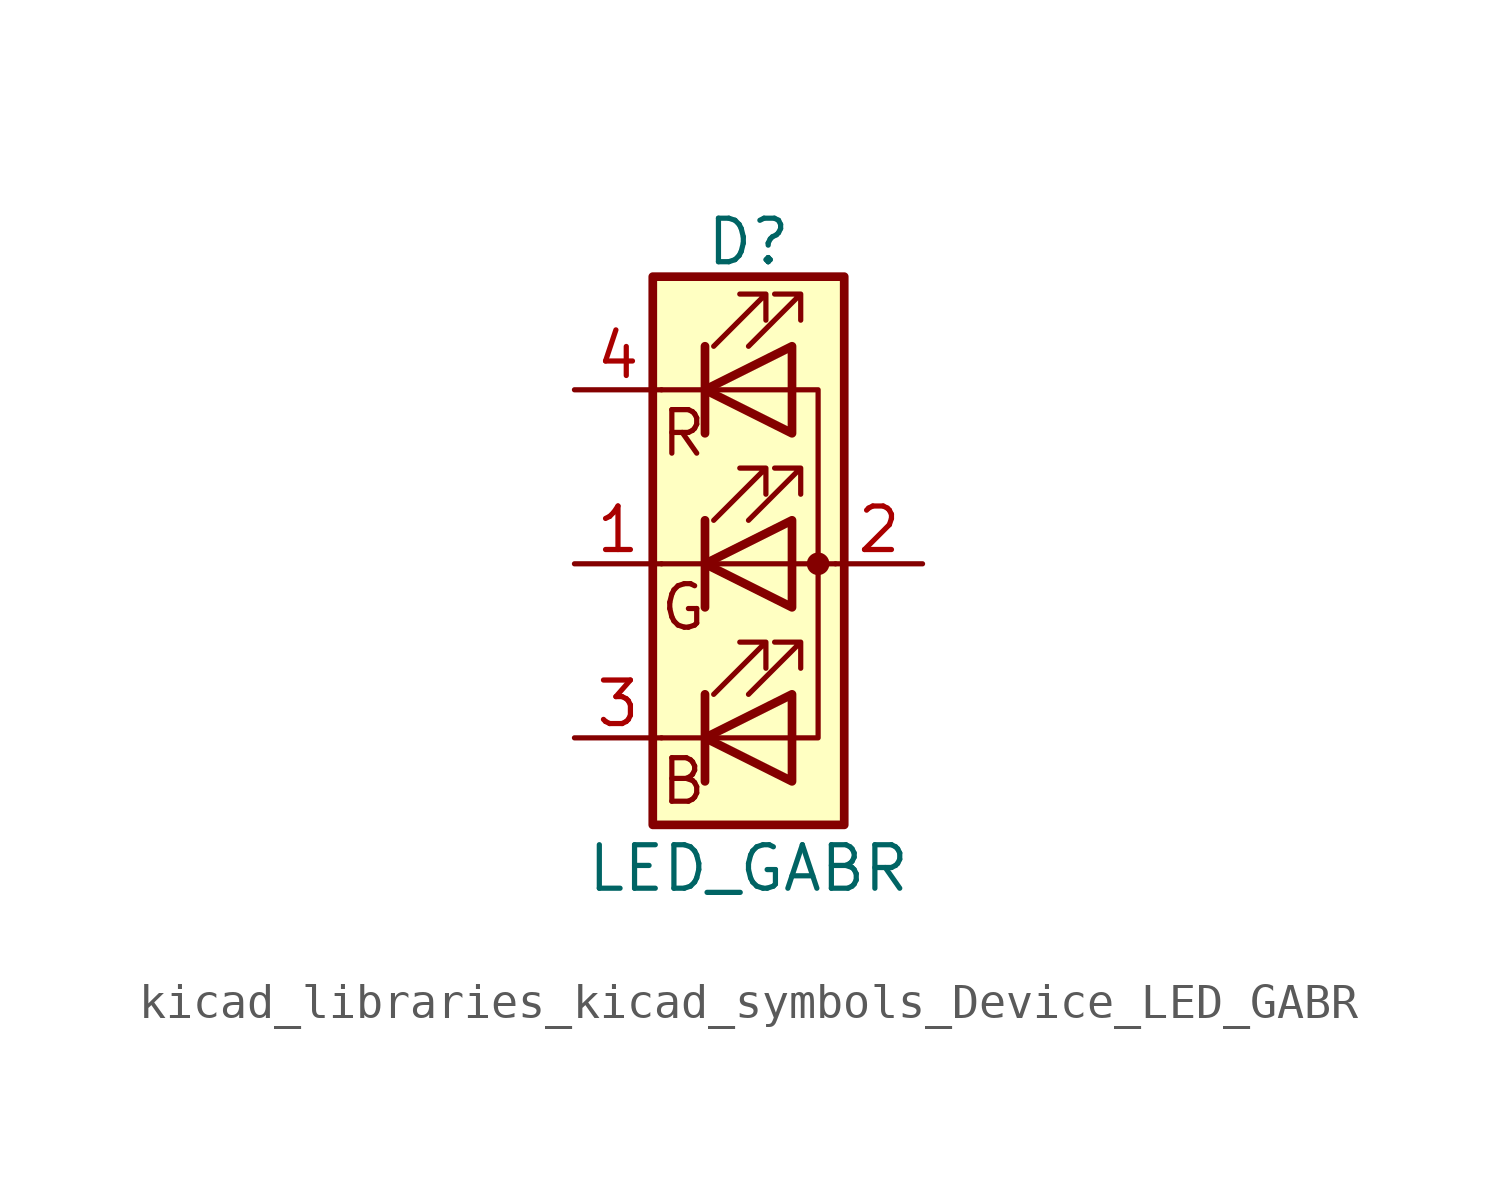
<source format=kicad_sym>
(kicad_symbol_lib
  (version 20220914)
  (generator kicad_symbol_editor)
  (symbol "kicad_libraries_kicad_symbols_Device_LED_GABR"
    (pin_names
      (offset 0) hide)
    (property "Reference" "D"
      (at 0 9.398 0)
      (effects (font (size 1.27 1.27))))
    (property "Value" "LED_GABR"
      (at 0 -8.89 0)
      (effects (font (size 1.27 1.27))))
    (symbol "kicad_libraries_kicad_symbols_Device_LED_GABR_0_0"
      (text "B" (at -1.905 -6.35 0) (effects (font (size 1.27 1.27))))
      (text "G" (at -1.905 -1.27 0) (effects (font (size 1.27 1.27))))
      (text "R" (at -1.905 3.81 0) (effects (font (size 1.27 1.27)))))
    (symbol "kicad_libraries_kicad_symbols_Device_LED_GABR_0_1"
      (polyline (pts (xy -1.27 -5.08) (xy -2.54 -5.08)) (stroke (width 0) (type default)) (fill (type none)))
      (polyline (pts (xy -1.27 -5.08) (xy 1.27 -5.08)) (stroke (width 0) (type default)) (fill (type none)))
      (polyline (pts (xy -1.27 -3.81) (xy -1.27 -6.35)) (stroke (width 0.254) (type default)) (fill (type none)))
      (polyline (pts (xy -1.27 0) (xy -2.54 0)) (stroke (width 0) (type default)) (fill (type none)))
      (polyline (pts (xy -1.27 1.27) (xy -1.27 -1.27)) (stroke (width 0.254) (type default)) (fill (type none)))
      (polyline (pts (xy -1.27 5.08) (xy -2.54 5.08)) (stroke (width 0) (type default)) (fill (type none)))
      (polyline (pts (xy -1.27 5.08) (xy 1.27 5.08)) (stroke (width 0) (type default)) (fill (type none)))
      (polyline (pts (xy -1.27 6.35) (xy -1.27 3.81)) (stroke (width 0.254) (type default)) (fill (type none)))
      (polyline (pts (xy 1.27 0) (xy -1.27 0)) (stroke (width 0) (type default)) (fill (type none)))
      (polyline (pts (xy 1.27 0) (xy 2.54 0)) (stroke (width 0) (type default)) (fill (type none)))
      (polyline (pts (xy -1.27 1.27) (xy -1.27 -1.27) (xy -1.27 -1.27)) (stroke (width 0) (type default)) (fill (type none)))
      (polyline (pts (xy -1.27 6.35) (xy -1.27 3.81) (xy -1.27 3.81)) (stroke (width 0) (type default)) (fill (type none)))
      (polyline (pts (xy 1.27 -5.08) (xy 2.032 -5.08) (xy 2.032 5.08) (xy 1.27 5.08)) (stroke (width 0) (type default)) (fill (type none)))
      (polyline (pts (xy 1.27 -3.81) (xy 1.27 -6.35) (xy -1.27 -5.08) (xy 1.27 -3.81)) (stroke (width 0.254) (type default)) (fill (type none)))
      (polyline (pts (xy 1.27 1.27) (xy 1.27 -1.27) (xy -1.27 0) (xy 1.27 1.27)) (stroke (width 0.254) (type default)) (fill (type none)))
      (polyline (pts (xy 1.27 6.35) (xy 1.27 3.81) (xy -1.27 5.08) (xy 1.27 6.35)) (stroke (width 0.254) (type default)) (fill (type none)))
      (polyline (pts (xy -1.016 -3.81) (xy 0.508 -2.286) (xy -0.254 -2.286) (xy 0.508 -2.286) (xy 0.508 -3.048)) (stroke (width 0) (type default)) (fill (type none)))
      (polyline (pts (xy -1.016 1.27) (xy 0.508 2.794) (xy -0.254 2.794) (xy 0.508 2.794) (xy 0.508 2.032)) (stroke (width 0) (type default)) (fill (type none)))
      (polyline (pts (xy -1.016 6.35) (xy 0.508 7.874) (xy -0.254 7.874) (xy 0.508 7.874) (xy 0.508 7.112)) (stroke (width 0) (type default)) (fill (type none)))
      (polyline (pts (xy 0 -3.81) (xy 1.524 -2.286) (xy 0.762 -2.286) (xy 1.524 -2.286) (xy 1.524 -3.048)) (stroke (width 0) (type default)) (fill (type none)))
      (polyline (pts (xy 0 1.27) (xy 1.524 2.794) (xy 0.762 2.794) (xy 1.524 2.794) (xy 1.524 2.032)) (stroke (width 0) (type default)) (fill (type none)))
      (polyline (pts (xy 0 6.35) (xy 1.524 7.874) (xy 0.762 7.874) (xy 1.524 7.874) (xy 1.524 7.112)) (stroke (width 0) (type default)) (fill (type none)))
      (rectangle (start 1.27 -1.27) (end 1.27 1.27) (stroke (width 0) (type default)) (fill (type none)))
      (rectangle (start 1.27 1.27) (end 1.27 1.27) (stroke (width 0) (type default)) (fill (type none)))
      (rectangle (start 1.27 3.81) (end 1.27 6.35) (stroke (width 0) (type default)) (fill (type none)))
      (rectangle (start 1.27 6.35) (end 1.27 6.35) (stroke (width 0) (type default)) (fill (type none)))
      (circle (center 2.032 0) (radius 0.254) (stroke (width 0) (type default)) (fill (type outline)))
      (rectangle (start 2.794 8.382) (end -2.794 -7.62) (stroke (width 0.254) (type default)) (fill (type background))))
    (symbol "kicad_libraries_kicad_symbols_Device_LED_GABR_1_1"
      (pin passive line (at -5.08 0 0) (length 2.54) (name "GK" (effects (font (size 1.27 1.27)))) (number "1" (effects (font (size 1.27 1.27)))))
      (pin passive line (at 5.08 0 180) (length 2.54) (name "A" (effects (font (size 1.27 1.27)))) (number "2" (effects (font (size 1.27 1.27)))))
      (pin passive line (at -5.08 -5.08 0) (length 2.54) (name "BK" (effects (font (size 1.27 1.27)))) (number "3" (effects (font (size 1.27 1.27)))))
      (pin passive line (at -5.08 5.08 0) (length 2.54) (name "RK" (effects (font (size 1.27 1.27)))) (number "4" (effects (font (size 1.27 1.27))))))))
</source>
